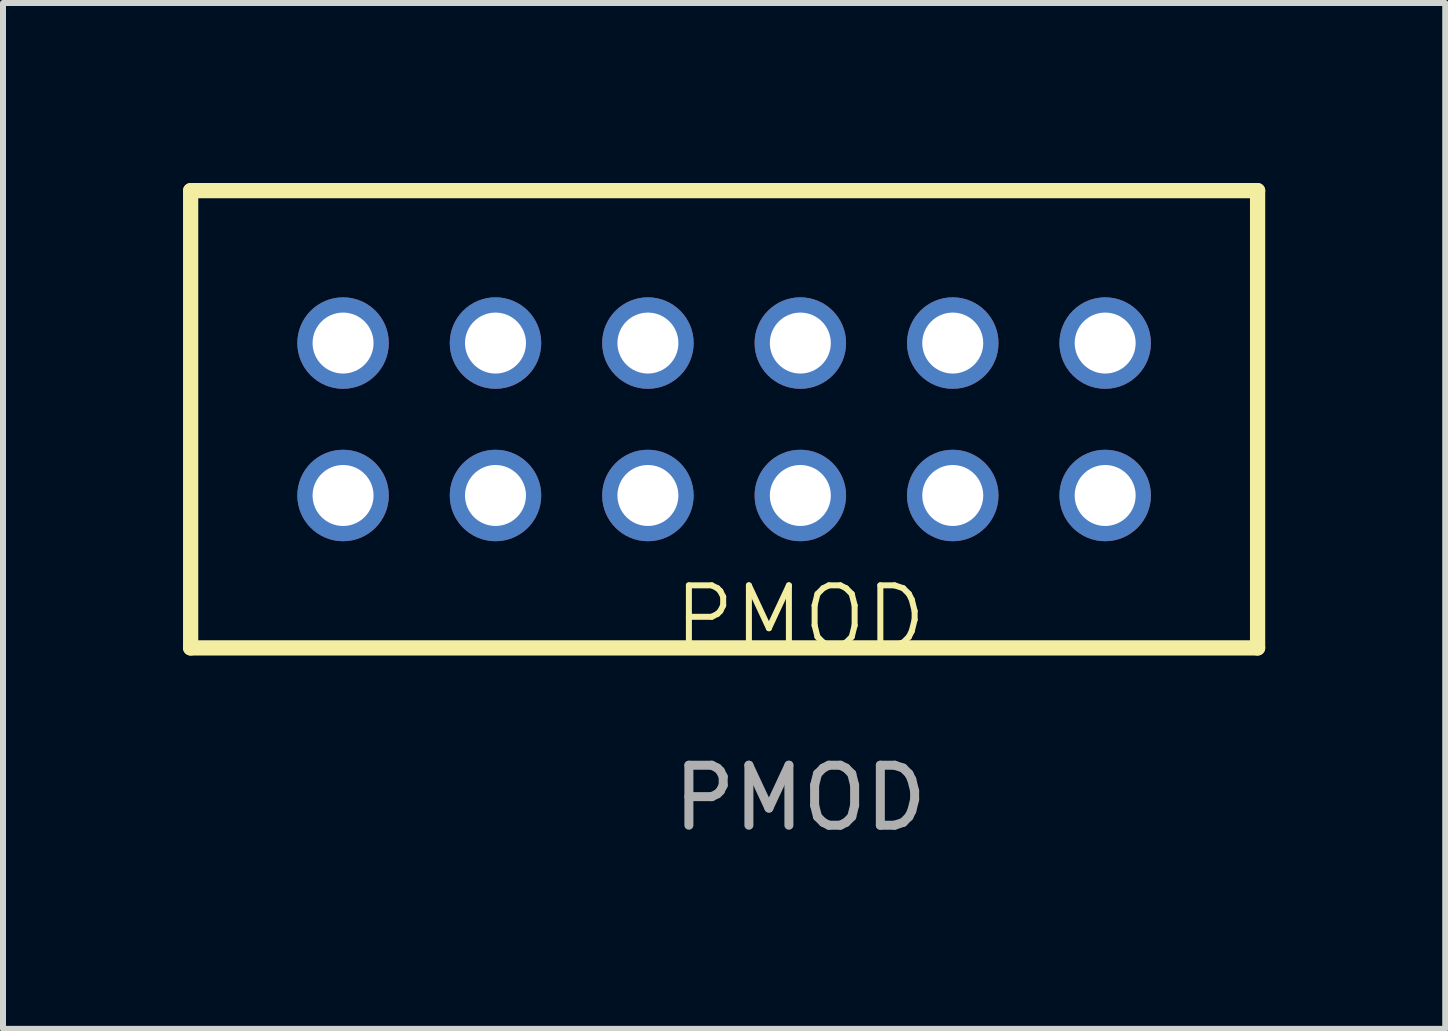
<source format=kicad_pcb>
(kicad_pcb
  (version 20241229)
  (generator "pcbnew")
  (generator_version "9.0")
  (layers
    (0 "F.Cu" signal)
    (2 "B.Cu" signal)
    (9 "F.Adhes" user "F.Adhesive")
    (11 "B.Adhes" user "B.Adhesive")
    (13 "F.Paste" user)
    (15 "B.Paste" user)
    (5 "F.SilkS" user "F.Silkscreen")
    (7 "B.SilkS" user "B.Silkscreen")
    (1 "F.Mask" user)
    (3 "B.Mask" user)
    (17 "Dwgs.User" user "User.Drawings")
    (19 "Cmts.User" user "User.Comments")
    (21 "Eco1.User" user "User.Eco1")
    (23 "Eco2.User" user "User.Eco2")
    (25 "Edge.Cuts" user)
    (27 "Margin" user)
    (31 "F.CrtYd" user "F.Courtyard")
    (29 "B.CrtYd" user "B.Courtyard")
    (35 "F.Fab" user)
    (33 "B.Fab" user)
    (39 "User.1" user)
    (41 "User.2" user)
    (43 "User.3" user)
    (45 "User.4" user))
  (footprint "PMOD"
    (layer "F.Cu")
    (at 10.287 7.747)
    (property "Reference" "PMOD" (at 0 -0.5 0) (unlocked yes) (layer "F.SilkS") (effects (font (size 1 1) (thickness 0.1))))
    (attr through_hole)
    (fp_line (start -10.16 -7.62) (end 7.62 -7.62) (stroke (width 0.254) (type default)) (layer "F.SilkS"))
    (fp_line (start -10.16 0) (end -10.16 -7.62) (stroke (width 0.254) (type default)) (layer "F.SilkS"))
    (fp_line (start 7.62 -7.62) (end 7.62 0) (stroke (width 0.254) (type default)) (layer "F.SilkS"))
    (fp_line (start 7.62 0) (end -10.16 0) (stroke (width 0.254) (type default)) (layer "F.SilkS"))
    (fp_text user "${REFERENCE}" (at 0 2.5 0) (unlocked yes) (layer "F.Fab") (effects (font (size 1 1) (thickness 0.15))))
    (pad "1" thru_hole circle (at -7.62 -2.54) (size 1.524 1.524) (drill 1.016) (layers "*.Cu" "*.Mask"))
    (pad "2" thru_hole circle (at -5.08 -2.54) (size 1.524 1.524) (drill 1.016) (layers "*.Cu" "*.Mask"))
    (pad "3" thru_hole circle (at -2.54 -2.54) (size 1.524 1.524) (drill 1.016) (layers "*.Cu" "*.Mask"))
    (pad "4" thru_hole circle (at 0 -2.54) (size 1.524 1.524) (drill 1.016) (layers "*.Cu" "*.Mask"))
    (pad "5" thru_hole circle (at 2.54 -2.54) (size 1.524 1.524) (drill 1.016) (layers "*.Cu" "*.Mask"))
    (pad "6" thru_hole circle (at 5.08 -2.54) (size 1.524 1.524) (drill 1.016) (layers "*.Cu" "*.Mask"))
    (pad "7" thru_hole circle (at -7.62 -5.08) (size 1.524 1.524) (drill 1.016) (layers "*.Cu" "*.Mask"))
    (pad "8" thru_hole circle (at -5.08 -5.08) (size 1.524 1.524) (drill 1.016) (layers "*.Cu" "*.Mask"))
    (pad "9" thru_hole circle (at -2.54 -5.08) (size 1.524 1.524) (drill 1.016) (layers "*.Cu" "*.Mask"))
    (pad "10" thru_hole circle (at 0 -5.08) (size 1.524 1.524) (drill 1.016) (layers "*.Cu" "*.Mask"))
    (pad "11" thru_hole circle (at 2.54 -5.08) (size 1.524 1.524) (drill 1.016) (layers "*.Cu" "*.Mask"))
    (pad "12" thru_hole circle (at 5.08 -5.08) (size 1.524 1.524) (drill 1.016) (layers "*.Cu" "*.Mask")))
  (gr_rect
    (start -3 -3)
    (end 21.034 14.095)
    (stroke (width 0.1) (type default))
    (fill no)
    (layer "Edge.Cuts")))
</source>
